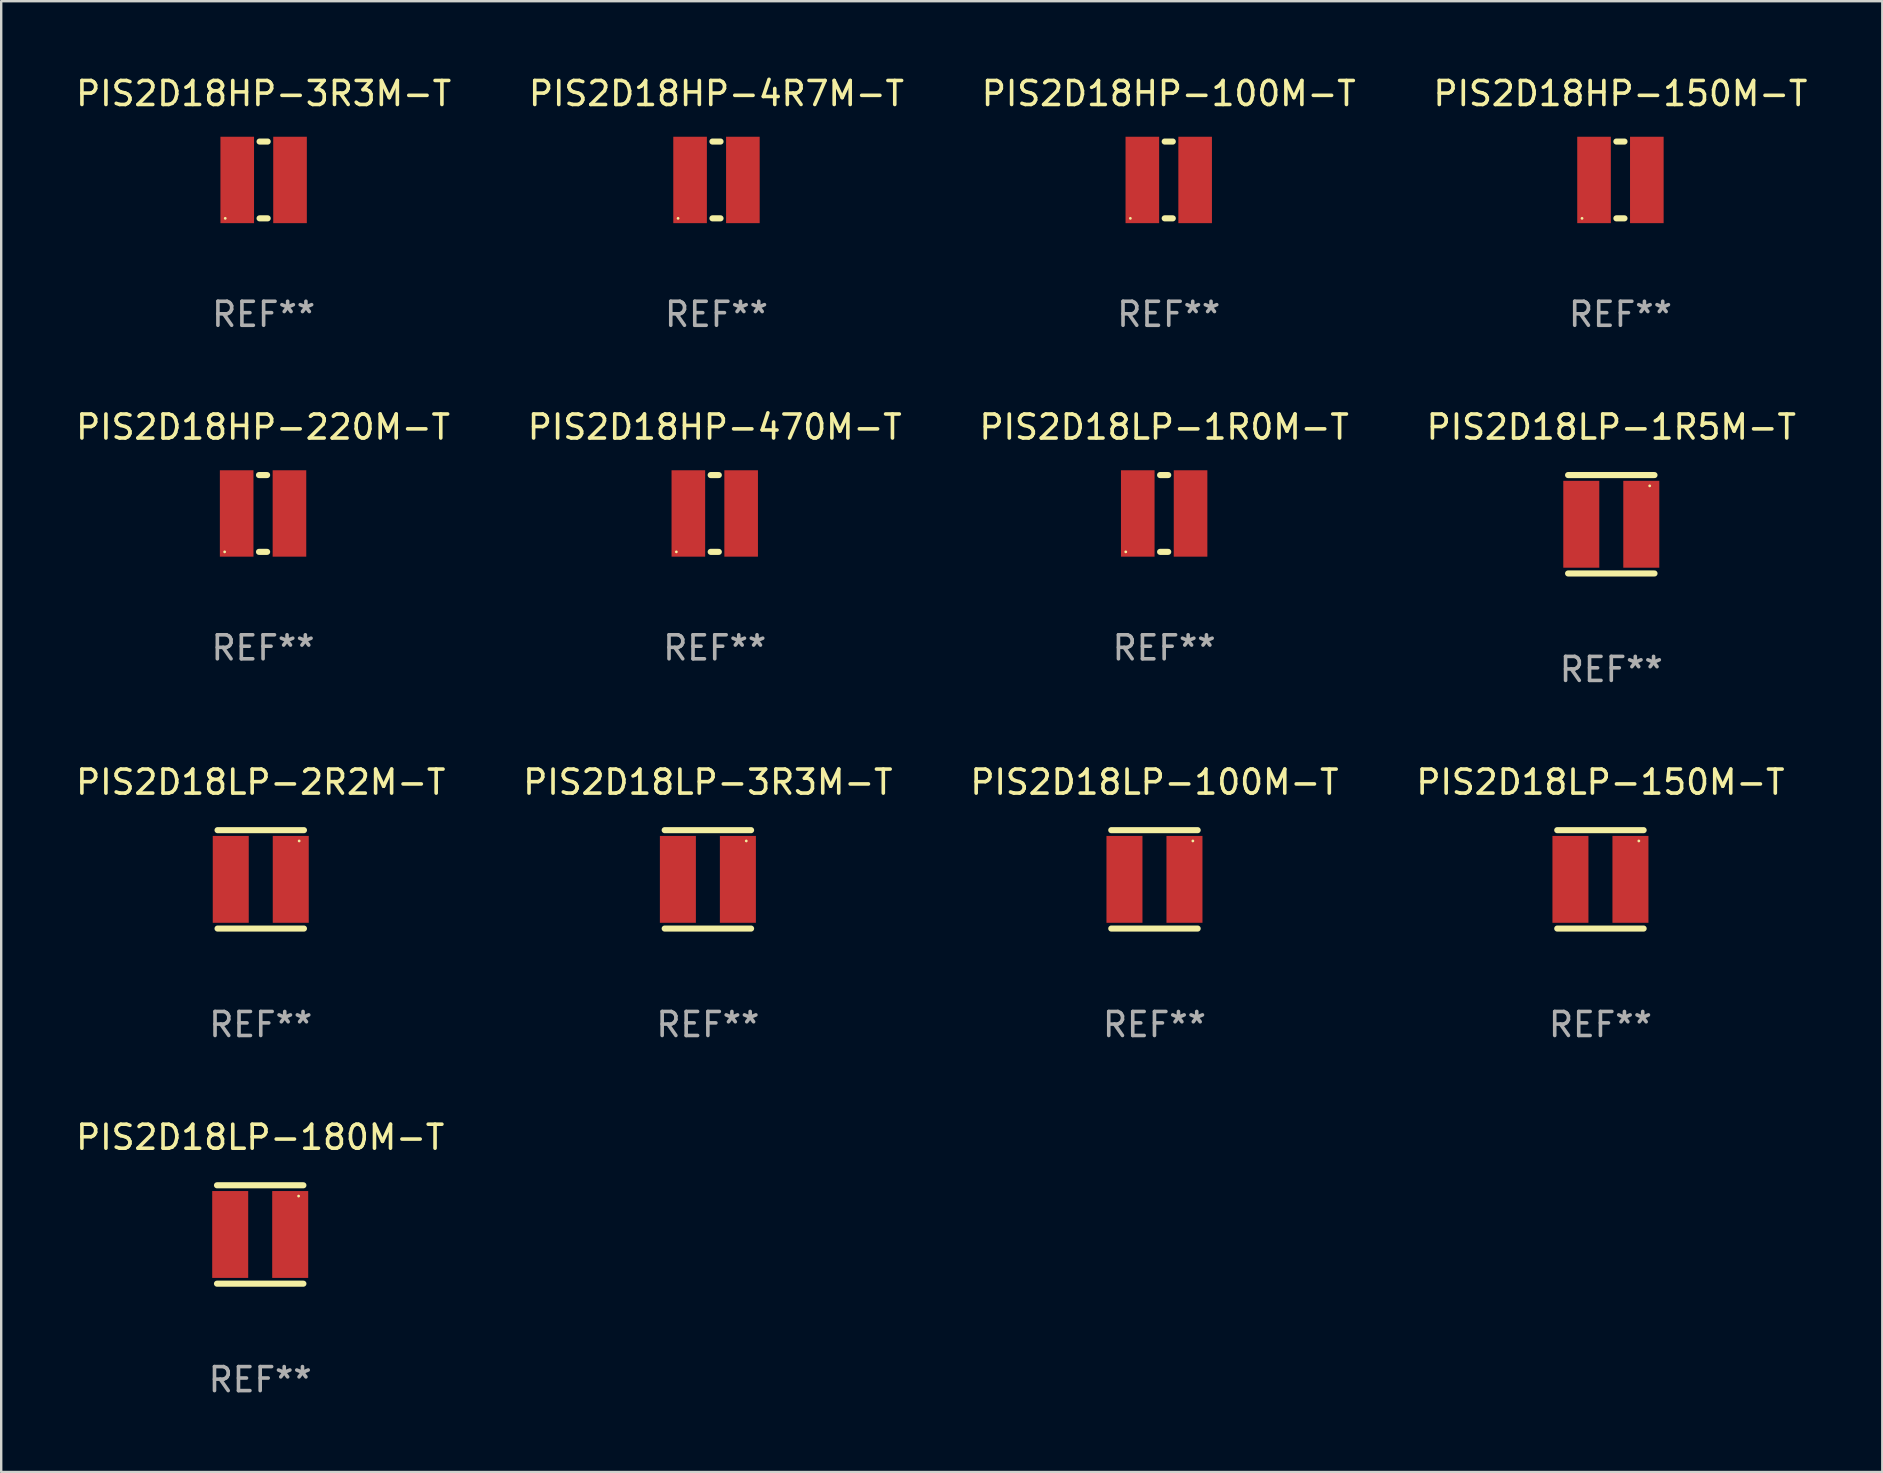
<source format=kicad_pcb>
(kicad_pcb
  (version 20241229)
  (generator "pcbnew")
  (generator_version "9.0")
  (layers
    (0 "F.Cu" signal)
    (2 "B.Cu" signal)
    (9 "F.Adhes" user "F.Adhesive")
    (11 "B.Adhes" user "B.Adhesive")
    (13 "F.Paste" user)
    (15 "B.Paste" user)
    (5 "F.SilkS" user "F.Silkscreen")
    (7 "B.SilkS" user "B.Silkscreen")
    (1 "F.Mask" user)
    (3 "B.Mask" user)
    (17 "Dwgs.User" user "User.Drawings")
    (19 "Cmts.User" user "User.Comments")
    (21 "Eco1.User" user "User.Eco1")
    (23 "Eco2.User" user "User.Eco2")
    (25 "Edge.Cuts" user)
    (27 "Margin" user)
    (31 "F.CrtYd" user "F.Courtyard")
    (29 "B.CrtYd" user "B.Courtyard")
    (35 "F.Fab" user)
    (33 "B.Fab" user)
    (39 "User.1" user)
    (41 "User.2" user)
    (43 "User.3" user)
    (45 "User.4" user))
  (footprint "PIS2D18HP-100M-T"
    (layer "F.Cu")
    (at 45.649 4.448)
    (property "Reference" "PIS2D18HP-100M-T" (at 0 -3.6 0) (layer "F.SilkS") (effects (font (size 1 1) (thickness 0.15))))
    (attr through_hole)
    (fp_line (start -0.169 -1.6) (end 0.169 -1.6) (stroke (width 0.254) (type solid)) (layer "F.SilkS"))
    (fp_line (start -0.169 1.6) (end 0.169 1.6) (stroke (width 0.254) (type solid)) (layer "F.SilkS"))
    (fp_circle (center -1.6 1.6) (end -1.57 1.6) (stroke (width 0.06) (type solid)) (fill no) (layer "F.SilkS"))
    (fp_text user "REF**" (at 0 5.6 0) (layer "F.Fab") (effects (font (size 1 1) (thickness 0.15))))
    (pad "1" smd rect (at -1.1 0) (size 1.4 3.6) (layers "F.Cu" "F.Mask" "F.Paste"))
    (pad "2" smd rect (at 1.1 0) (size 1.4 3.6) (layers "F.Cu" "F.Mask" "F.Paste")))
  (footprint "PIS2D18LP-150M-T"
    (layer "F.Cu")
    (at 63.637 33.591)
    (property "Reference" "PIS2D18LP-150M-T" (at 0 -4.05 0) (layer "F.SilkS") (effects (font (size 1 1) (thickness 0.15))))
    (attr through_hole)
    (fp_line (start -1.8 -2.05) (end 1.8 -2.05) (stroke (width 0.254) (type solid)) (layer "F.SilkS"))
    (fp_line (start 1.8 2.05) (end -1.8 2.05) (stroke (width 0.254) (type solid)) (layer "F.SilkS"))
    (fp_circle (center 1.6 -1.6) (end 1.63 -1.6) (stroke (width 0.06) (type solid)) (fill no) (layer "F.SilkS"))
    (fp_text user "REF**" (at 0 6.05 0) (layer "F.Fab") (effects (font (size 1 1) (thickness 0.15))))
    (pad "1" smd rect (at 1.25 0) (size 1.5 3.62) (layers "F.Cu" "F.Mask" "F.Paste"))
    (pad "2" smd rect (at -1.25 0) (size 1.5 3.62) (layers "F.Cu" "F.Mask" "F.Paste")))
  (footprint "PIS2D18LP-100M-T"
    (layer "F.Cu")
    (at 45.054 33.591)
    (property "Reference" "PIS2D18LP-100M-T" (at 0 -4.05 0) (layer "F.SilkS") (effects (font (size 1 1) (thickness 0.15))))
    (attr through_hole)
    (fp_line (start -1.8 -2.05) (end 1.8 -2.05) (stroke (width 0.254) (type solid)) (layer "F.SilkS"))
    (fp_line (start 1.8 2.05) (end -1.8 2.05) (stroke (width 0.254) (type solid)) (layer "F.SilkS"))
    (fp_circle (center 1.6 -1.6) (end 1.63 -1.6) (stroke (width 0.06) (type solid)) (fill no) (layer "F.SilkS"))
    (fp_text user "REF**" (at 0 6.05 0) (layer "F.Fab") (effects (font (size 1 1) (thickness 0.15))))
    (pad "1" smd rect (at 1.25 0) (size 1.5 3.62) (layers "F.Cu" "F.Mask" "F.Paste"))
    (pad "2" smd rect (at -1.25 0) (size 1.5 3.62) (layers "F.Cu" "F.Mask" "F.Paste")))
  (footprint "PIS2D18LP-180M-T"
    (layer "F.Cu")
    (at 7.792 48.388)
    (property "Reference" "PIS2D18LP-180M-T" (at 0 -4.05 0) (layer "F.SilkS") (effects (font (size 1 1) (thickness 0.15))))
    (attr through_hole)
    (fp_line (start -1.8 -2.05) (end 1.8 -2.05) (stroke (width 0.254) (type solid)) (layer "F.SilkS"))
    (fp_line (start 1.8 2.05) (end -1.8 2.05) (stroke (width 0.254) (type solid)) (layer "F.SilkS"))
    (fp_circle (center 1.6 -1.6) (end 1.63 -1.6) (stroke (width 0.06) (type solid)) (fill no) (layer "F.SilkS"))
    (fp_text user "REF**" (at 0 6.05 0) (layer "F.Fab") (effects (font (size 1 1) (thickness 0.15))))
    (pad "1" smd rect (at 1.25 0) (size 1.5 3.62) (layers "F.Cu" "F.Mask" "F.Paste"))
    (pad "2" smd rect (at -1.25 0) (size 1.5 3.62) (layers "F.Cu" "F.Mask" "F.Paste")))
  (footprint "PIS2D18HP-3R3M-T"
    (layer "F.Cu")
    (at 7.935 4.448)
    (property "Reference" "PIS2D18HP-3R3M-T" (at 0 -3.6 0) (layer "F.SilkS") (effects (font (size 1 1) (thickness 0.15))))
    (attr through_hole)
    (fp_line (start -0.169 -1.6) (end 0.169 -1.6) (stroke (width 0.254) (type solid)) (layer "F.SilkS"))
    (fp_line (start -0.169 1.6) (end 0.169 1.6) (stroke (width 0.254) (type solid)) (layer "F.SilkS"))
    (fp_circle (center -1.6 1.6) (end -1.57 1.6) (stroke (width 0.06) (type solid)) (fill no) (layer "F.SilkS"))
    (fp_text user "REF**" (at 0 5.6 0) (layer "F.Fab") (effects (font (size 1 1) (thickness 0.15))))
    (pad "1" smd rect (at -1.1 0) (size 1.4 3.6) (layers "F.Cu" "F.Mask" "F.Paste"))
    (pad "2" smd rect (at 1.1 0) (size 1.4 3.6) (layers "F.Cu" "F.Mask" "F.Paste")))
  (footprint "PIS2D18HP-4R7M-T"
    (layer "F.Cu")
    (at 26.804 4.448)
    (property "Reference" "PIS2D18HP-4R7M-T" (at 0 -3.6 0) (layer "F.SilkS") (effects (font (size 1 1) (thickness 0.15))))
    (attr through_hole)
    (fp_line (start -0.169 -1.6) (end 0.169 -1.6) (stroke (width 0.254) (type solid)) (layer "F.SilkS"))
    (fp_line (start -0.169 1.6) (end 0.169 1.6) (stroke (width 0.254) (type solid)) (layer "F.SilkS"))
    (fp_circle (center -1.6 1.6) (end -1.57 1.6) (stroke (width 0.06) (type solid)) (fill no) (layer "F.SilkS"))
    (fp_text user "REF**" (at 0 5.6 0) (layer "F.Fab") (effects (font (size 1 1) (thickness 0.15))))
    (pad "1" smd rect (at -1.1 0) (size 1.4 3.6) (layers "F.Cu" "F.Mask" "F.Paste"))
    (pad "2" smd rect (at 1.1 0) (size 1.4 3.6) (layers "F.Cu" "F.Mask" "F.Paste")))
  (footprint "PIS2D18LP-2R2M-T"
    (layer "F.Cu")
    (at 7.815 33.591)
    (property "Reference" "PIS2D18LP-2R2M-T" (at 0 -4.05 0) (layer "F.SilkS") (effects (font (size 1 1) (thickness 0.15))))
    (attr through_hole)
    (fp_line (start -1.8 -2.05) (end 1.8 -2.05) (stroke (width 0.254) (type solid)) (layer "F.SilkS"))
    (fp_line (start 1.8 2.05) (end -1.8 2.05) (stroke (width 0.254) (type solid)) (layer "F.SilkS"))
    (fp_circle (center 1.6 -1.6) (end 1.63 -1.6) (stroke (width 0.06) (type solid)) (fill no) (layer "F.SilkS"))
    (fp_text user "REF**" (at 0 6.05 0) (layer "F.Fab") (effects (font (size 1 1) (thickness 0.15))))
    (pad "1" smd rect (at 1.25 0) (size 1.5 3.62) (layers "F.Cu" "F.Mask" "F.Paste"))
    (pad "2" smd rect (at -1.25 0) (size 1.5 3.62) (layers "F.Cu" "F.Mask" "F.Paste")))
  (footprint "PIS2D18HP-470M-T"
    (layer "F.Cu")
    (at 26.732 18.345)
    (property "Reference" "PIS2D18HP-470M-T" (at 0 -3.6 0) (layer "F.SilkS") (effects (font (size 1 1) (thickness 0.15))))
    (attr through_hole)
    (fp_line (start -0.169 -1.6) (end 0.169 -1.6) (stroke (width 0.254) (type solid)) (layer "F.SilkS"))
    (fp_line (start -0.169 1.6) (end 0.169 1.6) (stroke (width 0.254) (type solid)) (layer "F.SilkS"))
    (fp_circle (center -1.6 1.6) (end -1.57 1.6) (stroke (width 0.06) (type solid)) (fill no) (layer "F.SilkS"))
    (fp_text user "REF**" (at 0 5.6 0) (layer "F.Fab") (effects (font (size 1 1) (thickness 0.15))))
    (pad "1" smd rect (at -1.1 0) (size 1.4 3.6) (layers "F.Cu" "F.Mask" "F.Paste"))
    (pad "2" smd rect (at 1.1 0) (size 1.4 3.6) (layers "F.Cu" "F.Mask" "F.Paste")))
  (footprint "PIS2D18LP-3R3M-T"
    (layer "F.Cu")
    (at 26.446 33.591)
    (property "Reference" "PIS2D18LP-3R3M-T" (at 0 -4.05 0) (layer "F.SilkS") (effects (font (size 1 1) (thickness 0.15))))
    (attr through_hole)
    (fp_line (start -1.8 -2.05) (end 1.8 -2.05) (stroke (width 0.254) (type solid)) (layer "F.SilkS"))
    (fp_line (start 1.8 2.05) (end -1.8 2.05) (stroke (width 0.254) (type solid)) (layer "F.SilkS"))
    (fp_circle (center 1.6 -1.6) (end 1.63 -1.6) (stroke (width 0.06) (type solid)) (fill no) (layer "F.SilkS"))
    (fp_text user "REF**" (at 0 6.05 0) (layer "F.Fab") (effects (font (size 1 1) (thickness 0.15))))
    (pad "1" smd rect (at 1.25 0) (size 1.5 3.62) (layers "F.Cu" "F.Mask" "F.Paste"))
    (pad "2" smd rect (at -1.25 0) (size 1.5 3.62) (layers "F.Cu" "F.Mask" "F.Paste")))
  (footprint "PIS2D18HP-150M-T"
    (layer "F.Cu")
    (at 64.47 4.448)
    (property "Reference" "PIS2D18HP-150M-T" (at 0 -3.6 0) (layer "F.SilkS") (effects (font (size 1 1) (thickness 0.15))))
    (attr through_hole)
    (fp_line (start -0.169 -1.6) (end 0.169 -1.6) (stroke (width 0.254) (type solid)) (layer "F.SilkS"))
    (fp_line (start -0.169 1.6) (end 0.169 1.6) (stroke (width 0.254) (type solid)) (layer "F.SilkS"))
    (fp_circle (center -1.6 1.6) (end -1.57 1.6) (stroke (width 0.06) (type solid)) (fill no) (layer "F.SilkS"))
    (fp_text user "REF**" (at 0 5.6 0) (layer "F.Fab") (effects (font (size 1 1) (thickness 0.15))))
    (pad "1" smd rect (at -1.1 0) (size 1.4 3.6) (layers "F.Cu" "F.Mask" "F.Paste"))
    (pad "2" smd rect (at 1.1 0) (size 1.4 3.6) (layers "F.Cu" "F.Mask" "F.Paste")))
  (footprint "PIS2D18HP-220M-T"
    (layer "F.Cu")
    (at 7.911 18.345)
    (property "Reference" "PIS2D18HP-220M-T" (at 0 -3.6 0) (layer "F.SilkS") (effects (font (size 1 1) (thickness 0.15))))
    (attr through_hole)
    (fp_line (start -0.169 -1.6) (end 0.169 -1.6) (stroke (width 0.254) (type solid)) (layer "F.SilkS"))
    (fp_line (start -0.169 1.6) (end 0.169 1.6) (stroke (width 0.254) (type solid)) (layer "F.SilkS"))
    (fp_circle (center -1.6 1.6) (end -1.57 1.6) (stroke (width 0.06) (type solid)) (fill no) (layer "F.SilkS"))
    (fp_text user "REF**" (at 0 5.6 0) (layer "F.Fab") (effects (font (size 1 1) (thickness 0.15))))
    (pad "1" smd rect (at -1.1 0) (size 1.4 3.6) (layers "F.Cu" "F.Mask" "F.Paste"))
    (pad "2" smd rect (at 1.1 0) (size 1.4 3.6) (layers "F.Cu" "F.Mask" "F.Paste")))
  (footprint "PIS2D18LP-1R0M-T"
    (layer "F.Cu")
    (at 45.458 18.345)
    (property "Reference" "PIS2D18LP-1R0M-T" (at 0 -3.6 0) (layer "F.SilkS") (effects (font (size 1 1) (thickness 0.15))))
    (attr through_hole)
    (fp_line (start -0.169 -1.6) (end 0.169 -1.6) (stroke (width 0.254) (type solid)) (layer "F.SilkS"))
    (fp_line (start -0.169 1.6) (end 0.169 1.6) (stroke (width 0.254) (type solid)) (layer "F.SilkS"))
    (fp_circle (center -1.6 1.6) (end -1.57 1.6) (stroke (width 0.06) (type solid)) (fill no) (layer "F.SilkS"))
    (fp_text user "REF**" (at 0 5.6 0) (layer "F.Fab") (effects (font (size 1 1) (thickness 0.15))))
    (pad "1" smd rect (at -1.1 0) (size 1.4 3.6) (layers "F.Cu" "F.Mask" "F.Paste"))
    (pad "2" smd rect (at 1.1 0) (size 1.4 3.6) (layers "F.Cu" "F.Mask" "F.Paste")))
  (footprint "PIS2D18LP-1R5M-T"
    (layer "F.Cu")
    (at 64.089 18.795)
    (property "Reference" "PIS2D18LP-1R5M-T" (at 0 -4.05 0) (layer "F.SilkS") (effects (font (size 1 1) (thickness 0.15))))
    (attr through_hole)
    (fp_line (start -1.8 -2.05) (end 1.8 -2.05) (stroke (width 0.254) (type solid)) (layer "F.SilkS"))
    (fp_line (start 1.8 2.05) (end -1.8 2.05) (stroke (width 0.254) (type solid)) (layer "F.SilkS"))
    (fp_circle (center 1.6 -1.6) (end 1.63 -1.6) (stroke (width 0.06) (type solid)) (fill no) (layer "F.SilkS"))
    (fp_text user "REF**" (at 0 6.05 0) (layer "F.Fab") (effects (font (size 1 1) (thickness 0.15))))
    (pad "1" smd rect (at 1.25 0) (size 1.5 3.62) (layers "F.Cu" "F.Mask" "F.Paste"))
    (pad "2" smd rect (at -1.25 0) (size 1.5 3.62) (layers "F.Cu" "F.Mask" "F.Paste")))
  (gr_rect
    (start -3 -3)
    (end 75.381 58.286)
    (stroke (width 0.1) (type default))
    (fill no)
    (layer "Edge.Cuts")))
</source>
